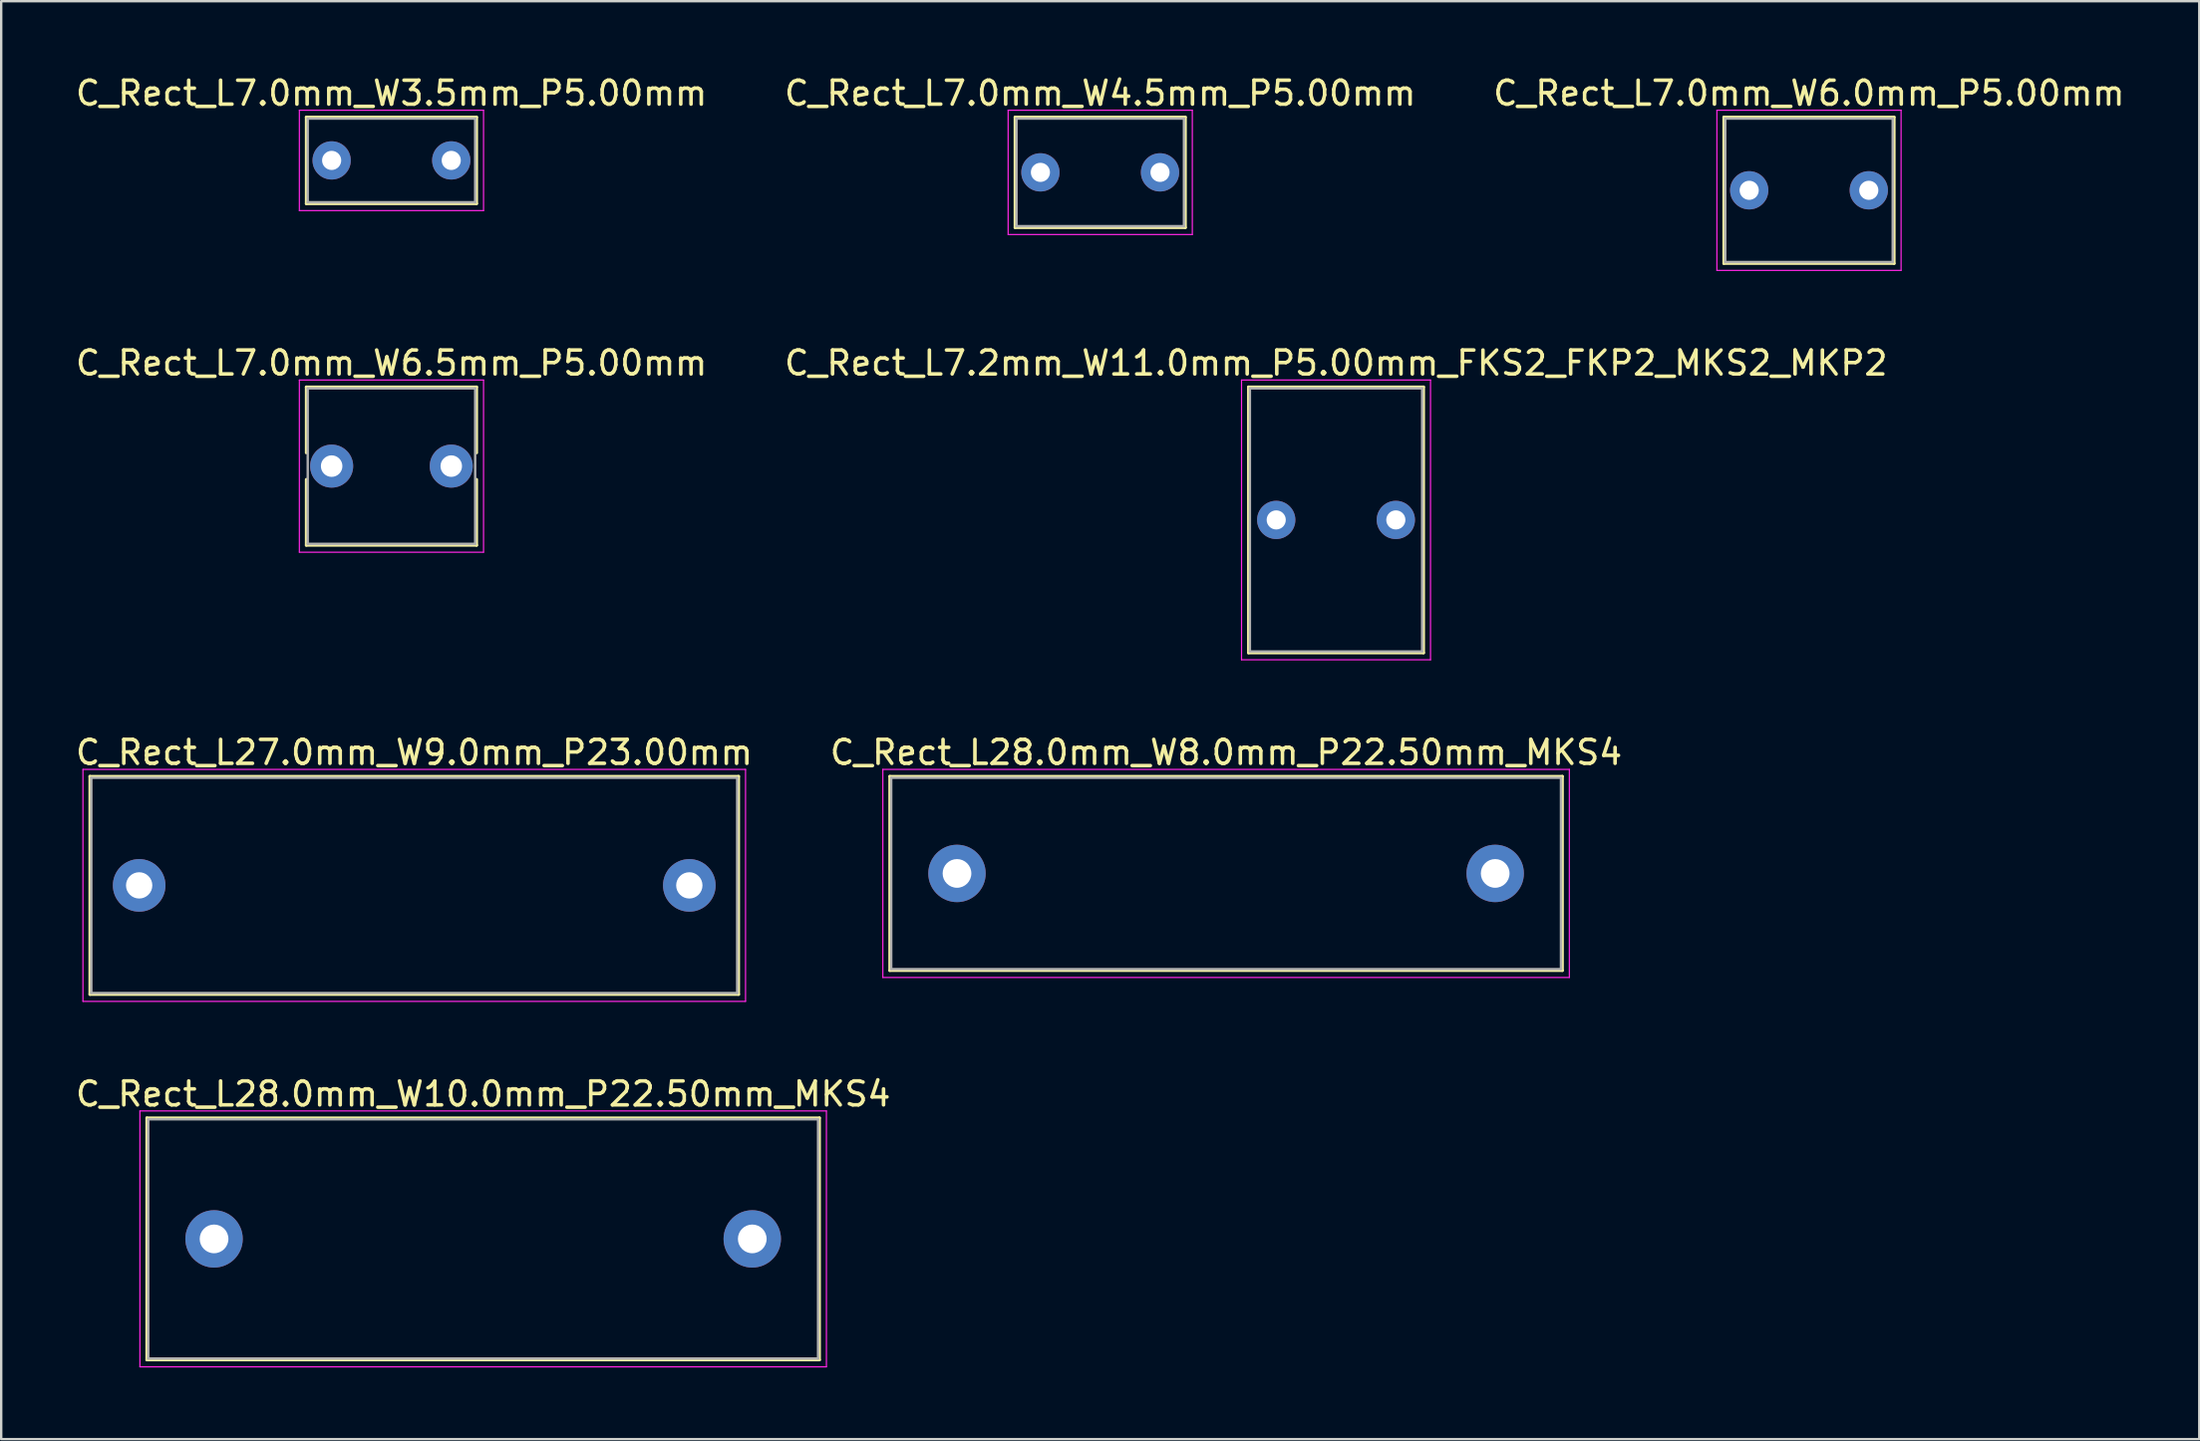
<source format=kicad_pcb>
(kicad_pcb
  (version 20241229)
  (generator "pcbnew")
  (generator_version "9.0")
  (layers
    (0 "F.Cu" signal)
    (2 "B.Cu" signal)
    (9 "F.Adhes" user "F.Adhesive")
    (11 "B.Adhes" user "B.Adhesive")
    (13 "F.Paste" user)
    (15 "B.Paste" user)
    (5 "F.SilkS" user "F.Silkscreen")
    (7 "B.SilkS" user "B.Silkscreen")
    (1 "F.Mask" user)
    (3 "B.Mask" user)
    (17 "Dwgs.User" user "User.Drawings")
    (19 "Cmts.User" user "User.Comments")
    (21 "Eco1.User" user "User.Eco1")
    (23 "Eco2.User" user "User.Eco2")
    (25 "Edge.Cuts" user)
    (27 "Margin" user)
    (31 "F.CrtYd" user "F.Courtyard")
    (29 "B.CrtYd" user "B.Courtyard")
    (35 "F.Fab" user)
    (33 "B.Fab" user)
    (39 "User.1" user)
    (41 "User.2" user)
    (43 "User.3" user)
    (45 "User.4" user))
  (footprint "C_Rect_L27.0mm_W9.0mm_P23.00mm"
    (layer "F.Cu")
    (at 2.768 33.975)
    (property "Reference" "C_Rect_L27.0mm_W9.0mm_P23.00mm" (at 11.5 -5.56 0) (layer "F.SilkS") (effects (font (size 1 1) (thickness 0.15))))
    (attr through_hole)
    (fp_line (start -2.06 -4.56) (end -2.06 4.56) (stroke (width 0.12) (type solid)) (layer "F.SilkS"))
    (fp_line (start -2.06 -4.56) (end 25.06 -4.56) (stroke (width 0.12) (type solid)) (layer "F.SilkS"))
    (fp_line (start -2.06 4.56) (end 25.06 4.56) (stroke (width 0.12) (type solid)) (layer "F.SilkS"))
    (fp_line (start 25.06 -4.56) (end 25.06 4.56) (stroke (width 0.12) (type solid)) (layer "F.SilkS"))
    (fp_line (start -2.35 -4.85) (end -2.35 4.85) (stroke (width 0.05) (type solid)) (layer "F.CrtYd"))
    (fp_line (start -2.35 4.85) (end 25.35 4.85) (stroke (width 0.05) (type solid)) (layer "F.CrtYd"))
    (fp_line (start 25.35 -4.85) (end -2.35 -4.85) (stroke (width 0.05) (type solid)) (layer "F.CrtYd"))
    (fp_line (start 25.35 4.85) (end 25.35 -4.85) (stroke (width 0.05) (type solid)) (layer "F.CrtYd"))
    (fp_line (start -2 -4.5) (end -2 4.5) (stroke (width 0.1) (type solid)) (layer "F.Fab"))
    (fp_line (start -2 4.5) (end 25 4.5) (stroke (width 0.1) (type solid)) (layer "F.Fab"))
    (fp_line (start 25 -4.5) (end -2 -4.5) (stroke (width 0.1) (type solid)) (layer "F.Fab"))
    (fp_line (start 25 4.5) (end 25 -4.5) (stroke (width 0.1) (type solid)) (layer "F.Fab"))
    (pad "1" thru_hole circle (at 0 0) (size 2.2 2.2) (drill 1.1) (layers "*.Cu" "*.Mask"))
    (pad "2" thru_hole circle (at 23 0) (size 2.2 2.2) (drill 1.1) (layers "*.Cu" "*.Mask")))
  (footprint "C_Rect_L28.0mm_W8.0mm_P22.50mm_MKS4"
    (layer "F.Cu")
    (at 36.958 33.475)
    (property "Reference" "C_Rect_L28.0mm_W8.0mm_P22.50mm_MKS4" (at 11.25 -5.06 0) (layer "F.SilkS") (effects (font (size 1 1) (thickness 0.15))))
    (attr through_hole)
    (fp_line (start -2.81 -4.06) (end -2.81 4.06) (stroke (width 0.12) (type solid)) (layer "F.SilkS"))
    (fp_line (start -2.81 -4.06) (end 25.31 -4.06) (stroke (width 0.12) (type solid)) (layer "F.SilkS"))
    (fp_line (start -2.81 4.06) (end 25.31 4.06) (stroke (width 0.12) (type solid)) (layer "F.SilkS"))
    (fp_line (start 25.31 -4.06) (end 25.31 4.06) (stroke (width 0.12) (type solid)) (layer "F.SilkS"))
    (fp_line (start -3.1 -4.35) (end -3.1 4.35) (stroke (width 0.05) (type solid)) (layer "F.CrtYd"))
    (fp_line (start -3.1 4.35) (end 25.6 4.35) (stroke (width 0.05) (type solid)) (layer "F.CrtYd"))
    (fp_line (start 25.6 -4.35) (end -3.1 -4.35) (stroke (width 0.05) (type solid)) (layer "F.CrtYd"))
    (fp_line (start 25.6 4.35) (end 25.6 -4.35) (stroke (width 0.05) (type solid)) (layer "F.CrtYd"))
    (fp_line (start -2.75 -4) (end -2.75 4) (stroke (width 0.1) (type solid)) (layer "F.Fab"))
    (fp_line (start -2.75 4) (end 25.25 4) (stroke (width 0.1) (type solid)) (layer "F.Fab"))
    (fp_line (start 25.25 -4) (end -2.75 -4) (stroke (width 0.1) (type solid)) (layer "F.Fab"))
    (fp_line (start 25.25 4) (end 25.25 -4) (stroke (width 0.1) (type solid)) (layer "F.Fab"))
    (pad "1" thru_hole circle (at 0 0) (size 2.4 2.4) (drill 1.2) (layers "*.Cu" "*.Mask"))
    (pad "2" thru_hole circle (at 22.5 0) (size 2.4 2.4) (drill 1.2) (layers "*.Cu" "*.Mask")))
  (footprint "C_Rect_L7.0mm_W4.5mm_P5.00mm"
    (layer "F.Cu")
    (at 40.446 4.158)
    (property "Reference" "C_Rect_L7.0mm_W4.5mm_P5.00mm" (at 2.5 -3.31 0) (layer "F.SilkS") (effects (font (size 1 1) (thickness 0.15))))
    (attr through_hole)
    (fp_line (start -1.06 -2.31) (end -1.06 2.31) (stroke (width 0.12) (type solid)) (layer "F.SilkS"))
    (fp_line (start -1.06 -2.31) (end 6.06 -2.31) (stroke (width 0.12) (type solid)) (layer "F.SilkS"))
    (fp_line (start -1.06 2.31) (end 6.06 2.31) (stroke (width 0.12) (type solid)) (layer "F.SilkS"))
    (fp_line (start 6.06 -2.31) (end 6.06 2.31) (stroke (width 0.12) (type solid)) (layer "F.SilkS"))
    (fp_line (start -1.35 -2.6) (end -1.35 2.6) (stroke (width 0.05) (type solid)) (layer "F.CrtYd"))
    (fp_line (start -1.35 2.6) (end 6.35 2.6) (stroke (width 0.05) (type solid)) (layer "F.CrtYd"))
    (fp_line (start 6.35 -2.6) (end -1.35 -2.6) (stroke (width 0.05) (type solid)) (layer "F.CrtYd"))
    (fp_line (start 6.35 2.6) (end 6.35 -2.6) (stroke (width 0.05) (type solid)) (layer "F.CrtYd"))
    (fp_line (start -1 -2.25) (end -1 2.25) (stroke (width 0.1) (type solid)) (layer "F.Fab"))
    (fp_line (start -1 2.25) (end 6 2.25) (stroke (width 0.1) (type solid)) (layer "F.Fab"))
    (fp_line (start 6 -2.25) (end -1 -2.25) (stroke (width 0.1) (type solid)) (layer "F.Fab"))
    (fp_line (start 6 2.25) (end 6 -2.25) (stroke (width 0.1) (type solid)) (layer "F.Fab"))
    (pad "1" thru_hole circle (at 0 0) (size 1.6 1.6) (drill 0.8) (layers "*.Cu" "*.Mask"))
    (pad "2" thru_hole circle (at 5 0) (size 1.6 1.6) (drill 0.8) (layers "*.Cu" "*.Mask")))
  (footprint "C_Rect_L28.0mm_W10.0mm_P22.50mm_MKS4"
    (layer "F.Cu")
    (at 5.899 48.758)
    (property "Reference" "C_Rect_L28.0mm_W10.0mm_P22.50mm_MKS4" (at 11.25 -6.06 0) (layer "F.SilkS") (effects (font (size 1 1) (thickness 0.15))))
    (attr through_hole)
    (fp_line (start -2.81 -5.06) (end -2.81 5.06) (stroke (width 0.12) (type solid)) (layer "F.SilkS"))
    (fp_line (start -2.81 -5.06) (end 25.31 -5.06) (stroke (width 0.12) (type solid)) (layer "F.SilkS"))
    (fp_line (start -2.81 5.06) (end 25.31 5.06) (stroke (width 0.12) (type solid)) (layer "F.SilkS"))
    (fp_line (start 25.31 -5.06) (end 25.31 5.06) (stroke (width 0.12) (type solid)) (layer "F.SilkS"))
    (fp_line (start -3.1 -5.35) (end -3.1 5.35) (stroke (width 0.05) (type solid)) (layer "F.CrtYd"))
    (fp_line (start -3.1 5.35) (end 25.6 5.35) (stroke (width 0.05) (type solid)) (layer "F.CrtYd"))
    (fp_line (start 25.6 -5.35) (end -3.1 -5.35) (stroke (width 0.05) (type solid)) (layer "F.CrtYd"))
    (fp_line (start 25.6 5.35) (end 25.6 -5.35) (stroke (width 0.05) (type solid)) (layer "F.CrtYd"))
    (fp_line (start -2.75 -5) (end -2.75 5) (stroke (width 0.1) (type solid)) (layer "F.Fab"))
    (fp_line (start -2.75 5) (end 25.25 5) (stroke (width 0.1) (type solid)) (layer "F.Fab"))
    (fp_line (start 25.25 -5) (end -2.75 -5) (stroke (width 0.1) (type solid)) (layer "F.Fab"))
    (fp_line (start 25.25 5) (end 25.25 -5) (stroke (width 0.1) (type solid)) (layer "F.Fab"))
    (pad "1" thru_hole circle (at 0 0) (size 2.4 2.4) (drill 1.2) (layers "*.Cu" "*.Mask"))
    (pad "2" thru_hole circle (at 22.5 0) (size 2.4 2.4) (drill 1.2) (layers "*.Cu" "*.Mask")))
  (footprint "C_Rect_L7.2mm_W11.0mm_P5.00mm_FKS2_FKP2_MKS2_MKP2"
    (layer "F.Cu")
    (at 50.304 18.692)
    (property "Reference" "C_Rect_L7.2mm_W11.0mm_P5.00mm_FKS2_FKP2_MKS2_MKP2" (at 2.5 -6.56 0) (layer "F.SilkS") (effects (font (size 1 1) (thickness 0.15))))
    (attr through_hole)
    (fp_line (start -1.16 -5.56) (end -1.16 5.56) (stroke (width 0.12) (type solid)) (layer "F.SilkS"))
    (fp_line (start -1.16 -5.56) (end 6.16 -5.56) (stroke (width 0.12) (type solid)) (layer "F.SilkS"))
    (fp_line (start -1.16 5.56) (end 6.16 5.56) (stroke (width 0.12) (type solid)) (layer "F.SilkS"))
    (fp_line (start 6.16 -5.56) (end 6.16 5.56) (stroke (width 0.12) (type solid)) (layer "F.SilkS"))
    (fp_line (start -1.45 -5.85) (end -1.45 5.85) (stroke (width 0.05) (type solid)) (layer "F.CrtYd"))
    (fp_line (start -1.45 5.85) (end 6.45 5.85) (stroke (width 0.05) (type solid)) (layer "F.CrtYd"))
    (fp_line (start 6.45 -5.85) (end -1.45 -5.85) (stroke (width 0.05) (type solid)) (layer "F.CrtYd"))
    (fp_line (start 6.45 5.85) (end 6.45 -5.85) (stroke (width 0.05) (type solid)) (layer "F.CrtYd"))
    (fp_line (start -1.1 -5.5) (end -1.1 5.5) (stroke (width 0.1) (type solid)) (layer "F.Fab"))
    (fp_line (start -1.1 5.5) (end 6.1 5.5) (stroke (width 0.1) (type solid)) (layer "F.Fab"))
    (fp_line (start 6.1 -5.5) (end -1.1 -5.5) (stroke (width 0.1) (type solid)) (layer "F.Fab"))
    (fp_line (start 6.1 5.5) (end 6.1 -5.5) (stroke (width 0.1) (type solid)) (layer "F.Fab"))
    (pad "1" thru_hole circle (at 0 0) (size 1.6 1.6) (drill 0.8) (layers "*.Cu" "*.Mask"))
    (pad "2" thru_hole circle (at 5 0) (size 1.6 1.6) (drill 0.8) (layers "*.Cu" "*.Mask")))
  (footprint "C_Rect_L7.0mm_W6.5mm_P5.00mm"
    (layer "F.Cu")
    (at 10.815 16.442)
    (property "Reference" "C_Rect_L7.0mm_W6.5mm_P5.00mm" (at 2.5 -4.31 0) (layer "F.SilkS") (effects (font (size 1 1) (thickness 0.15))))
    (attr through_hole)
    (fp_line (start -1.06 -3.31) (end -1.06 -0.555) (stroke (width 0.12) (type solid)) (layer "F.SilkS"))
    (fp_line (start -1.06 -3.31) (end 6.06 -3.31) (stroke (width 0.12) (type solid)) (layer "F.SilkS"))
    (fp_line (start -1.06 0.555) (end -1.06 3.31) (stroke (width 0.12) (type solid)) (layer "F.SilkS"))
    (fp_line (start -1.06 3.31) (end 6.06 3.31) (stroke (width 0.12) (type solid)) (layer "F.SilkS"))
    (fp_line (start 6.06 -3.31) (end 6.06 -0.555) (stroke (width 0.12) (type solid)) (layer "F.SilkS"))
    (fp_line (start 6.06 0.555) (end 6.06 3.31) (stroke (width 0.12) (type solid)) (layer "F.SilkS"))
    (fp_line (start -1.35 -3.6) (end -1.35 3.6) (stroke (width 0.05) (type solid)) (layer "F.CrtYd"))
    (fp_line (start -1.35 3.6) (end 6.35 3.6) (stroke (width 0.05) (type solid)) (layer "F.CrtYd"))
    (fp_line (start 6.35 -3.6) (end -1.35 -3.6) (stroke (width 0.05) (type solid)) (layer "F.CrtYd"))
    (fp_line (start 6.35 3.6) (end 6.35 -3.6) (stroke (width 0.05) (type solid)) (layer "F.CrtYd"))
    (fp_line (start -1 -3.25) (end -1 3.25) (stroke (width 0.1) (type solid)) (layer "F.Fab"))
    (fp_line (start -1 3.25) (end 6 3.25) (stroke (width 0.1) (type solid)) (layer "F.Fab"))
    (fp_line (start 6 -3.25) (end -1 -3.25) (stroke (width 0.1) (type solid)) (layer "F.Fab"))
    (fp_line (start 6 3.25) (end 6 -3.25) (stroke (width 0.1) (type solid)) (layer "F.Fab"))
    (pad "1" thru_hole circle (at 0 0) (size 1.8 1.8) (drill 0.9) (layers "*.Cu" "*.Mask"))
    (pad "2" thru_hole circle (at 5 0) (size 1.8 1.8) (drill 0.9) (layers "*.Cu" "*.Mask")))
  (footprint "C_Rect_L7.0mm_W6.0mm_P5.00mm"
    (layer "F.Cu")
    (at 70.077 4.908)
    (property "Reference" "C_Rect_L7.0mm_W6.0mm_P5.00mm" (at 2.5 -4.06 0) (layer "F.SilkS") (effects (font (size 1 1) (thickness 0.15))))
    (attr through_hole)
    (fp_line (start -1.06 -3.06) (end -1.06 3.06) (stroke (width 0.12) (type solid)) (layer "F.SilkS"))
    (fp_line (start -1.06 -3.06) (end 6.06 -3.06) (stroke (width 0.12) (type solid)) (layer "F.SilkS"))
    (fp_line (start -1.06 3.06) (end 6.06 3.06) (stroke (width 0.12) (type solid)) (layer "F.SilkS"))
    (fp_line (start 6.06 -3.06) (end 6.06 3.06) (stroke (width 0.12) (type solid)) (layer "F.SilkS"))
    (fp_line (start -1.35 -3.35) (end -1.35 3.35) (stroke (width 0.05) (type solid)) (layer "F.CrtYd"))
    (fp_line (start -1.35 3.35) (end 6.35 3.35) (stroke (width 0.05) (type solid)) (layer "F.CrtYd"))
    (fp_line (start 6.35 -3.35) (end -1.35 -3.35) (stroke (width 0.05) (type solid)) (layer "F.CrtYd"))
    (fp_line (start 6.35 3.35) (end 6.35 -3.35) (stroke (width 0.05) (type solid)) (layer "F.CrtYd"))
    (fp_line (start -1 -3) (end -1 3) (stroke (width 0.1) (type solid)) (layer "F.Fab"))
    (fp_line (start -1 3) (end 6 3) (stroke (width 0.1) (type solid)) (layer "F.Fab"))
    (fp_line (start 6 -3) (end -1 -3) (stroke (width 0.1) (type solid)) (layer "F.Fab"))
    (fp_line (start 6 3) (end 6 -3) (stroke (width 0.1) (type solid)) (layer "F.Fab"))
    (pad "1" thru_hole circle (at 0 0) (size 1.6 1.6) (drill 0.8) (layers "*.Cu" "*.Mask"))
    (pad "2" thru_hole circle (at 5 0) (size 1.6 1.6) (drill 0.8) (layers "*.Cu" "*.Mask")))
  (footprint "C_Rect_L7.0mm_W3.5mm_P5.00mm"
    (layer "F.Cu")
    (at 10.815 3.658)
    (property "Reference" "C_Rect_L7.0mm_W3.5mm_P5.00mm" (at 2.5 -2.81 0) (layer "F.SilkS") (effects (font (size 1 1) (thickness 0.15))))
    (attr through_hole)
    (fp_line (start -1.06 -1.81) (end -1.06 1.81) (stroke (width 0.12) (type solid)) (layer "F.SilkS"))
    (fp_line (start -1.06 -1.81) (end 6.06 -1.81) (stroke (width 0.12) (type solid)) (layer "F.SilkS"))
    (fp_line (start -1.06 1.81) (end 6.06 1.81) (stroke (width 0.12) (type solid)) (layer "F.SilkS"))
    (fp_line (start 6.06 -1.81) (end 6.06 1.81) (stroke (width 0.12) (type solid)) (layer "F.SilkS"))
    (fp_line (start -1.35 -2.1) (end -1.35 2.1) (stroke (width 0.05) (type solid)) (layer "F.CrtYd"))
    (fp_line (start -1.35 2.1) (end 6.35 2.1) (stroke (width 0.05) (type solid)) (layer "F.CrtYd"))
    (fp_line (start 6.35 -2.1) (end -1.35 -2.1) (stroke (width 0.05) (type solid)) (layer "F.CrtYd"))
    (fp_line (start 6.35 2.1) (end 6.35 -2.1) (stroke (width 0.05) (type solid)) (layer "F.CrtYd"))
    (fp_line (start -1 -1.75) (end -1 1.75) (stroke (width 0.1) (type solid)) (layer "F.Fab"))
    (fp_line (start -1 1.75) (end 6 1.75) (stroke (width 0.1) (type solid)) (layer "F.Fab"))
    (fp_line (start 6 -1.75) (end -1 -1.75) (stroke (width 0.1) (type solid)) (layer "F.Fab"))
    (fp_line (start 6 1.75) (end 6 -1.75) (stroke (width 0.1) (type solid)) (layer "F.Fab"))
    (pad "1" thru_hole circle (at 0 0) (size 1.6 1.6) (drill 0.8) (layers "*.Cu" "*.Mask"))
    (pad "2" thru_hole circle (at 5 0) (size 1.6 1.6) (drill 0.8) (layers "*.Cu" "*.Mask")))
  (gr_rect
    (start -3 -3)
    (end 88.893 57.133)
    (stroke (width 0.1) (type default))
    (fill no)
    (layer "Edge.Cuts")))
</source>
